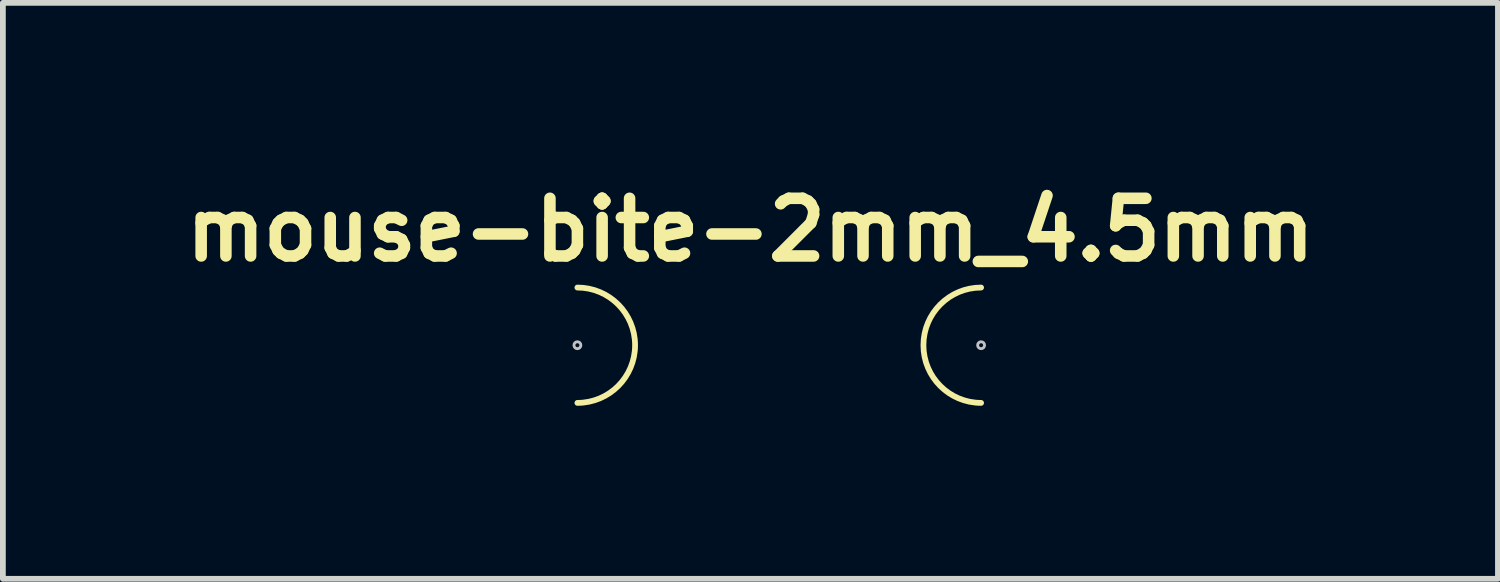
<source format=kicad_pcb>
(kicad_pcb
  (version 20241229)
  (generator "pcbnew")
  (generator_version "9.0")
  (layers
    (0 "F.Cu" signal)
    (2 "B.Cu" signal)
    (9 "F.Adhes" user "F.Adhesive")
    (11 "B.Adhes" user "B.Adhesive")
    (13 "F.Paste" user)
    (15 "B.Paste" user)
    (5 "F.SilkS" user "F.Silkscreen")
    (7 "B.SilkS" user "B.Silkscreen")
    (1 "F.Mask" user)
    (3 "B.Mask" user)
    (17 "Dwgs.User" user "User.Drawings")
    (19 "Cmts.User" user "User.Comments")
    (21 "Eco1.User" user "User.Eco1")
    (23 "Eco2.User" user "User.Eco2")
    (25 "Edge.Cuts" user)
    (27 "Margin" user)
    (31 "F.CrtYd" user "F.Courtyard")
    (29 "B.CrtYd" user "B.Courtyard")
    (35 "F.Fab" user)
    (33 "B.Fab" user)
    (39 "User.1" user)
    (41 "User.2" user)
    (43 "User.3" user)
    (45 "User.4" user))
  (footprint "mouse-bite-2mm_4.5mm"
    (layer "F.Cu")
    (at 9.962 2.936)
    (property "Reference" "mouse-bite-2mm_4.5mm" (at 0 -2 0) (layer "F.SilkS") (effects (font (size 1 1) (thickness 0.2))))
    (attr through_hole)
    (fp_arc (start -3 -1) (mid -2 0) (end -3 1) (stroke (width 0.1) (type solid)) (layer "F.SilkS"))
    (fp_arc (start 4 1) (mid 3 0) (end 4 -1) (stroke (width 0.1) (type solid)) (layer "F.SilkS"))
    (fp_circle (center -3 0) (end -3 -0.06) (stroke (width 0.05) (type solid)) (fill no) (layer "Dwgs.User"))
    (fp_circle (center 4 0) (end 4.06 0) (stroke (width 0.05) (type solid)) (fill no) (layer "Dwgs.User"))
    (fp_line (start -3 0) (end -3 0) (stroke (width 2) (type solid)) (layer "Eco1.User"))
    (fp_line (start 4 0) (end 4 0) (stroke (width 2) (type solid)) (layer "Eco1.User")))
  (gr_rect
    (start -3 -3)
    (end 22.924 6.986)
    (stroke (width 0.1) (type default))
    (fill no)
    (layer "Edge.Cuts")))
</source>
